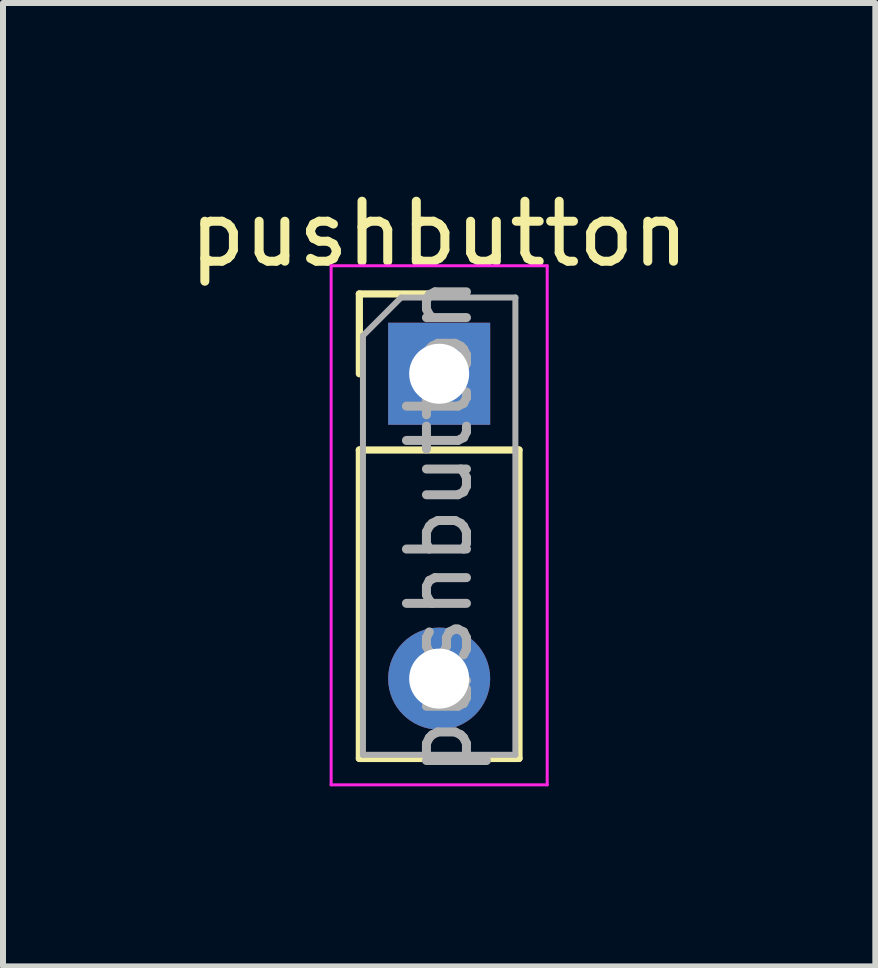
<source format=kicad_pcb>
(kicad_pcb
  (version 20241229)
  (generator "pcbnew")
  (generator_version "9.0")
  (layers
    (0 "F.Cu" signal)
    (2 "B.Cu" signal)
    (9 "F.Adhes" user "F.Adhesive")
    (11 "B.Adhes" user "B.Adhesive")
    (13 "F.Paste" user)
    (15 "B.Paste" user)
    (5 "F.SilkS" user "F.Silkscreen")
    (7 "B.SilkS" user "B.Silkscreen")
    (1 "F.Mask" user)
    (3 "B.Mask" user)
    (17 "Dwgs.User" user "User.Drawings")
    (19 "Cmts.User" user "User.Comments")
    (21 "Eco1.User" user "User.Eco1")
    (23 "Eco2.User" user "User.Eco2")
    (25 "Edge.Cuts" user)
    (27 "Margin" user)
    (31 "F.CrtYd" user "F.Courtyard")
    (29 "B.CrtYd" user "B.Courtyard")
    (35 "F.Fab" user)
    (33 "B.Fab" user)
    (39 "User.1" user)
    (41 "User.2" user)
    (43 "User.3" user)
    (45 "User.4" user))
  (footprint "pushbutton"
    (layer "F.Cu")
    (at 4.268 3.178)
    (property "Reference" "pushbutton" (at 0 -2.33 0) (layer "F.SilkS") (effects (font (size 1 1) (thickness 0.15))))
    (attr through_hole)
    (fp_line (start -1.33 -1.33) (end 0 -1.33) (stroke (width 0.12) (type solid)) (layer "F.SilkS"))
    (fp_line (start -1.33 0) (end -1.33 -1.33) (stroke (width 0.12) (type solid)) (layer "F.SilkS"))
    (fp_line (start -1.33 1.27) (end -1.33 6.41) (stroke (width 0.12) (type solid)) (layer "F.SilkS"))
    (fp_line (start -1.33 1.27) (end 1.33 1.27) (stroke (width 0.12) (type solid)) (layer "F.SilkS"))
    (fp_line (start -1.33 6.41) (end 1.33 6.41) (stroke (width 0.12) (type solid)) (layer "F.SilkS"))
    (fp_line (start 1.33 1.27) (end 1.33 6.41) (stroke (width 0.12) (type solid)) (layer "F.SilkS"))
    (fp_line (start -1.8 -1.8) (end -1.8 6.85) (stroke (width 0.05) (type solid)) (layer "F.CrtYd"))
    (fp_line (start -1.8 6.85) (end 1.8 6.85) (stroke (width 0.05) (type solid)) (layer "F.CrtYd"))
    (fp_line (start 1.8 -1.8) (end -1.8 -1.8) (stroke (width 0.05) (type solid)) (layer "F.CrtYd"))
    (fp_line (start 1.8 6.85) (end 1.8 -1.8) (stroke (width 0.05) (type solid)) (layer "F.CrtYd"))
    (fp_line (start -1.27 -0.635) (end -0.635 -1.27) (stroke (width 0.1) (type solid)) (layer "F.Fab"))
    (fp_line (start -1.27 6.35) (end -1.27 -0.635) (stroke (width 0.1) (type solid)) (layer "F.Fab"))
    (fp_line (start -0.635 -1.27) (end 1.27 -1.27) (stroke (width 0.1) (type solid)) (layer "F.Fab"))
    (fp_line (start 1.27 -1.27) (end 1.27 6.35) (stroke (width 0.1) (type solid)) (layer "F.Fab"))
    (fp_line (start 1.27 6.35) (end -1.27 6.35) (stroke (width 0.1) (type solid)) (layer "F.Fab"))
    (fp_text user "${REFERENCE}" (at 0 2.54 90) (layer "F.Fab") (effects (font (size 1 1) (thickness 0.15))))
    (pad "1" thru_hole rect (at 0 0) (size 1.7 1.7) (drill 1) (layers "*.Cu" "*.Mask"))
    (pad "2" thru_hole oval (at 0 5.08) (size 1.7 1.7) (drill 1) (layers "*.Cu" "*.Mask")))
  (gr_rect
    (start -3 -3)
    (end 11.536 13.053)
    (stroke (width 0.1) (type default))
    (fill no)
    (layer "Edge.Cuts")))
</source>
